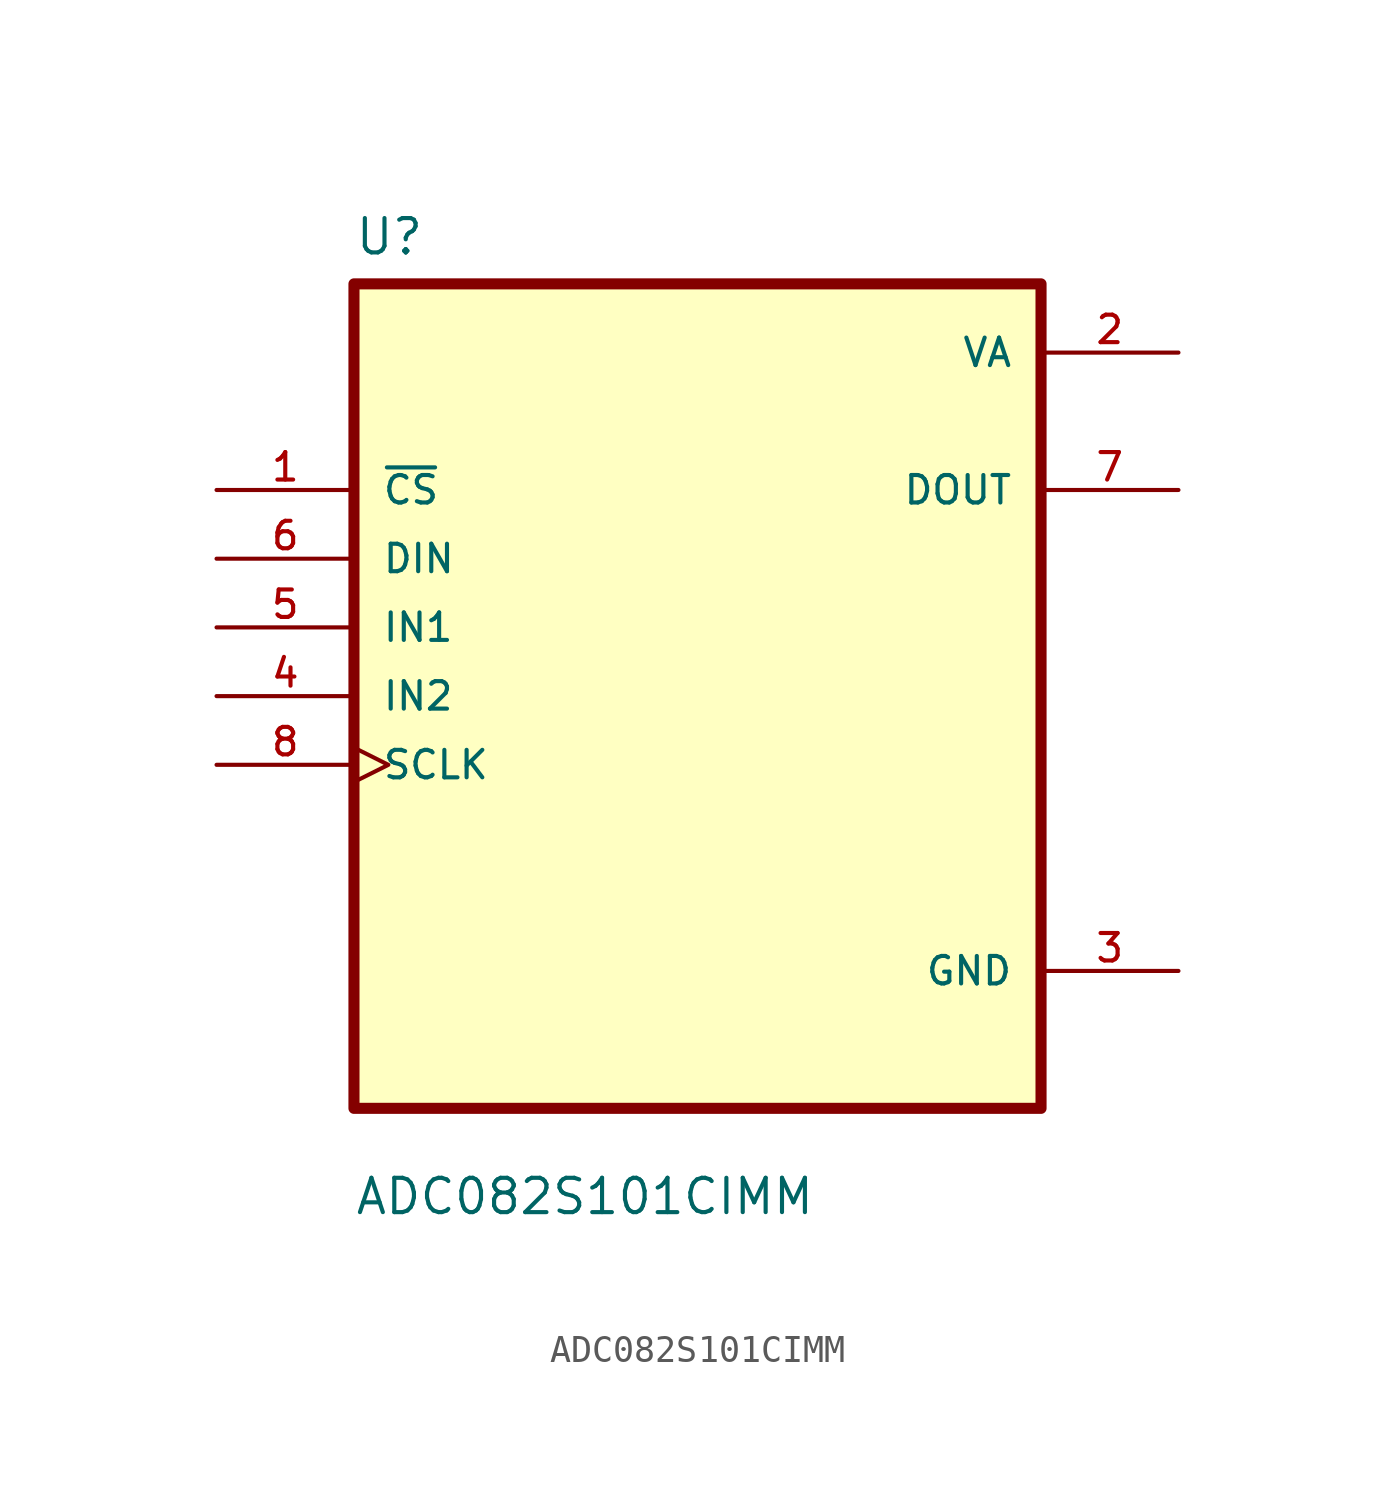
<source format=kicad_sym>
(kicad_symbol_lib
  (version 20211014)
  (generator kicad_symbol_editor)
  (symbol "ADC082S101CIMM"
    (pin_names
      (offset 1.016))
    (property "Reference" "U"
      (at -12.7 16.24 0.0)
      (effects (font (size 1.27 1.27)) (justify bottom left)))
    (property "Value" "ADC082S101CIMM"
      (at -12.7 -19.24 0.0)
      (effects (font (size 1.27 1.27)) (justify bottom left)))
    (symbol "ADC082S101CIMM_0_0"
      (rectangle (start -12.7 -15.24) (end 12.7 15.24) (stroke (width 0.41)) (fill (type background)))
      (pin input line (at -17.78 7.62 0) (length 5.08) (name "~{CS}" (effects (font (size 1.016 1.016)))) (number "1" (effects (font (size 1.016 1.016)))))
      (pin input line (at -17.78 5.08 0) (length 5.08) (name "DIN" (effects (font (size 1.016 1.016)))) (number "6" (effects (font (size 1.016 1.016)))))
      (pin input line (at -17.78 2.54 0) (length 5.08) (name "IN1" (effects (font (size 1.016 1.016)))) (number "5" (effects (font (size 1.016 1.016)))))
      (pin input line (at -17.78 0.0 0) (length 5.08) (name "IN2" (effects (font (size 1.016 1.016)))) (number "4" (effects (font (size 1.016 1.016)))))
      (pin input clock (at -17.78 -2.54 0) (length 5.08) (name "SCLK" (effects (font (size 1.016 1.016)))) (number "8" (effects (font (size 1.016 1.016)))))
      (pin power_in line (at 17.78 12.7 180.0) (length 5.08) (name "VA" (effects (font (size 1.016 1.016)))) (number "2" (effects (font (size 1.016 1.016)))))
      (pin output line (at 17.78 7.62 180.0) (length 5.08) (name "DOUT" (effects (font (size 1.016 1.016)))) (number "7" (effects (font (size 1.016 1.016)))))
      (pin power_in line (at 17.78 -10.16 180.0) (length 5.08) (name "GND" (effects (font (size 1.016 1.016)))) (number "3" (effects (font (size 1.016 1.016))))))))
</source>
